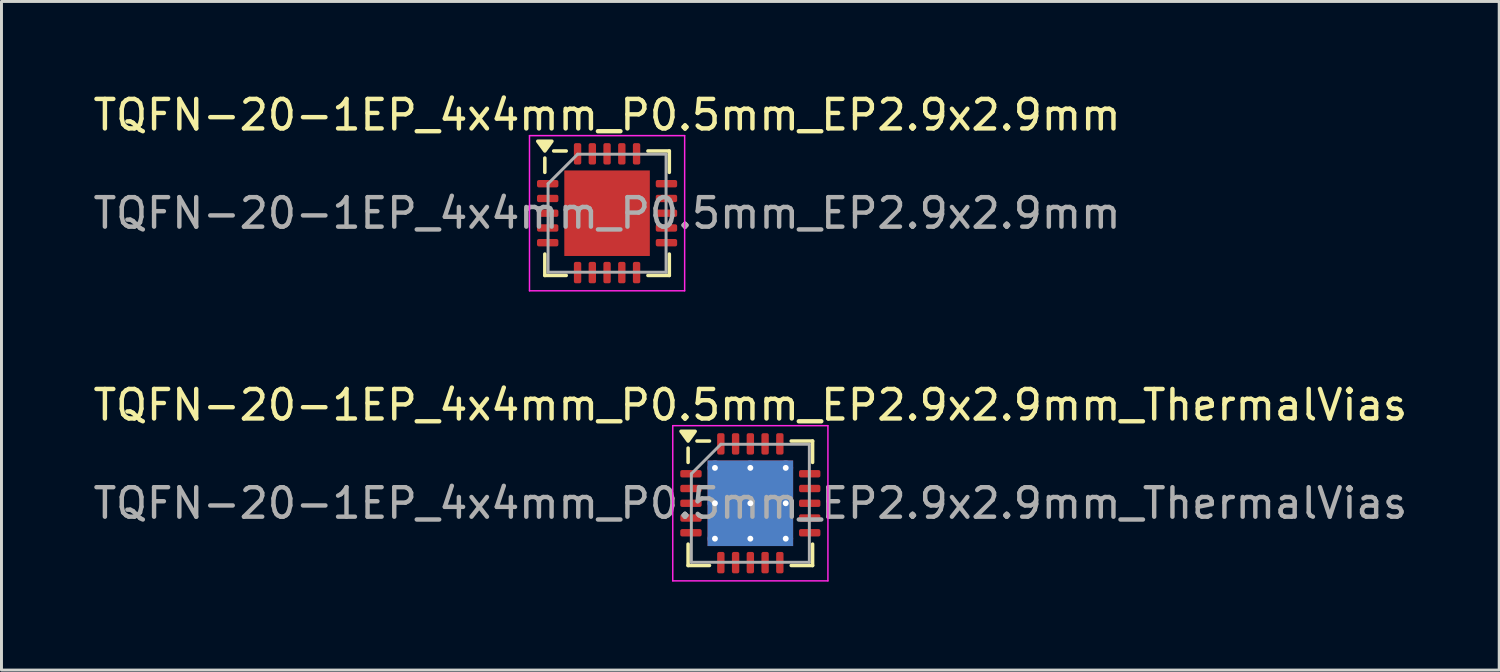
<source format=kicad_pcb>
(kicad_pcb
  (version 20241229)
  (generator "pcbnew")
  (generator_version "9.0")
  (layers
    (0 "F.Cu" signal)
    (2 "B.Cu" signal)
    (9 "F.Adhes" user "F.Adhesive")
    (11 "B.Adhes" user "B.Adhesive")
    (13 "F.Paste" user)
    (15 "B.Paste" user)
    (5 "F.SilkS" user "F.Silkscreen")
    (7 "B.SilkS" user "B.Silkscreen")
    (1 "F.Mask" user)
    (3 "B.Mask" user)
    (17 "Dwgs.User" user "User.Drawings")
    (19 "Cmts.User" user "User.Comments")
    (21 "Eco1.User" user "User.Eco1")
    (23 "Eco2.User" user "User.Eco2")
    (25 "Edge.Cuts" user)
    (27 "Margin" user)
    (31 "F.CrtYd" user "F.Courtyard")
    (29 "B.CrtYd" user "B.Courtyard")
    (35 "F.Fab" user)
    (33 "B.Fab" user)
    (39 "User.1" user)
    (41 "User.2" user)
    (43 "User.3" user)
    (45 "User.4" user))
  (footprint "TQFN-20-1EP_4x4mm_P0.5mm_EP2.9x2.9mm_ThermalVias"
    (layer "F.Cu")
    (at 22.387 14.011)
    (property "Reference" "TQFN-20-1EP_4x4mm_P0.5mm_EP2.9x2.9mm_ThermalVias" (at 0 -3.33 0) (layer "F.SilkS") (effects (font (size 1 1) (thickness 0.15))))
    (attr smd)
    (fp_line (start -2.11 -1.385) (end -2.11 -1.87) (stroke (width 0.12) (type solid)) (layer "F.SilkS"))
    (fp_line (start -2.11 2.11) (end -2.11 1.385) (stroke (width 0.12) (type solid)) (layer "F.SilkS"))
    (fp_line (start -1.385 -2.11) (end -1.81 -2.11) (stroke (width 0.12) (type solid)) (layer "F.SilkS"))
    (fp_line (start -1.385 2.11) (end -2.11 2.11) (stroke (width 0.12) (type solid)) (layer "F.SilkS"))
    (fp_line (start 1.385 -2.11) (end 2.11 -2.11) (stroke (width 0.12) (type solid)) (layer "F.SilkS"))
    (fp_line (start 1.385 2.11) (end 2.11 2.11) (stroke (width 0.12) (type solid)) (layer "F.SilkS"))
    (fp_line (start 2.11 -2.11) (end 2.11 -1.385) (stroke (width 0.12) (type solid)) (layer "F.SilkS"))
    (fp_line (start 2.11 2.11) (end 2.11 1.385) (stroke (width 0.12) (type solid)) (layer "F.SilkS"))
    (fp_poly (pts (xy -2.11 -2.11) (xy -2.35 -2.44) (xy -1.87 -2.44) (xy -2.11 -2.11)) (stroke (width 0.12) (type solid)) (fill yes) (layer "F.SilkS"))
    (fp_line (start -2.63 -2.63) (end -2.63 2.63) (stroke (width 0.05) (type solid)) (layer "F.CrtYd"))
    (fp_line (start -2.63 2.63) (end 2.63 2.63) (stroke (width 0.05) (type solid)) (layer "F.CrtYd"))
    (fp_line (start 2.63 -2.63) (end -2.63 -2.63) (stroke (width 0.05) (type solid)) (layer "F.CrtYd"))
    (fp_line (start 2.63 2.63) (end 2.63 -2.63) (stroke (width 0.05) (type solid)) (layer "F.CrtYd"))
    (fp_line (start -2 -1) (end -1 -2) (stroke (width 0.1) (type solid)) (layer "F.Fab"))
    (fp_line (start -2 2) (end -2 -1) (stroke (width 0.1) (type solid)) (layer "F.Fab"))
    (fp_line (start -1 -2) (end 2 -2) (stroke (width 0.1) (type solid)) (layer "F.Fab"))
    (fp_line (start 2 -2) (end 2 2) (stroke (width 0.1) (type solid)) (layer "F.Fab"))
    (fp_line (start 2 2) (end -2 2) (stroke (width 0.1) (type solid)) (layer "F.Fab"))
    (fp_text user "${REFERENCE}" (at 0 0 0) (layer "F.Fab") (effects (font (size 1 1) (thickness 0.15))))
    (pad "" smd roundrect (at -0.725 -0.725) (size 1.26 1.26) (layers "F.Paste") (roundrect_rratio 0.198))
    (pad "" smd roundrect (at -0.725 0.725) (size 1.26 1.26) (layers "F.Paste") (roundrect_rratio 0.198))
    (pad "" smd roundrect (at 0.725 -0.725) (size 1.26 1.26) (layers "F.Paste") (roundrect_rratio 0.198))
    (pad "" smd roundrect (at 0.725 0.725) (size 1.26 1.26) (layers "F.Paste") (roundrect_rratio 0.198))
    (pad "1" smd roundrect (at -2.013 -1) (size 0.725 0.25) (layers "F.Cu" "F.Mask" "F.Paste") (roundrect_rratio 0.25))
    (pad "2" smd roundrect (at -2.013 -0.5) (size 0.725 0.25) (layers "F.Cu" "F.Mask" "F.Paste") (roundrect_rratio 0.25))
    (pad "3" smd roundrect (at -2.013 0) (size 0.725 0.25) (layers "F.Cu" "F.Mask" "F.Paste") (roundrect_rratio 0.25))
    (pad "4" smd roundrect (at -2.013 0.5) (size 0.725 0.25) (layers "F.Cu" "F.Mask" "F.Paste") (roundrect_rratio 0.25))
    (pad "5" smd roundrect (at -2.013 1) (size 0.725 0.25) (layers "F.Cu" "F.Mask" "F.Paste") (roundrect_rratio 0.25))
    (pad "6" smd roundrect (at -1 2.013) (size 0.25 0.725) (layers "F.Cu" "F.Mask" "F.Paste") (roundrect_rratio 0.25))
    (pad "7" smd roundrect (at -0.5 2.013) (size 0.25 0.725) (layers "F.Cu" "F.Mask" "F.Paste") (roundrect_rratio 0.25))
    (pad "8" smd roundrect (at 0 2.013) (size 0.25 0.725) (layers "F.Cu" "F.Mask" "F.Paste") (roundrect_rratio 0.25))
    (pad "9" smd roundrect (at 0.5 2.013) (size 0.25 0.725) (layers "F.Cu" "F.Mask" "F.Paste") (roundrect_rratio 0.25))
    (pad "10" smd roundrect (at 1 2.013) (size 0.25 0.725) (layers "F.Cu" "F.Mask" "F.Paste") (roundrect_rratio 0.25))
    (pad "11" smd roundrect (at 2.013 1) (size 0.725 0.25) (layers "F.Cu" "F.Mask" "F.Paste") (roundrect_rratio 0.25))
    (pad "12" smd roundrect (at 2.013 0.5) (size 0.725 0.25) (layers "F.Cu" "F.Mask" "F.Paste") (roundrect_rratio 0.25))
    (pad "13" smd roundrect (at 2.013 0) (size 0.725 0.25) (layers "F.Cu" "F.Mask" "F.Paste") (roundrect_rratio 0.25))
    (pad "14" smd roundrect (at 2.013 -0.5) (size 0.725 0.25) (layers "F.Cu" "F.Mask" "F.Paste") (roundrect_rratio 0.25))
    (pad "15" smd roundrect (at 2.013 -1) (size 0.725 0.25) (layers "F.Cu" "F.Mask" "F.Paste") (roundrect_rratio 0.25))
    (pad "16" smd roundrect (at 1 -2.013) (size 0.25 0.725) (layers "F.Cu" "F.Mask" "F.Paste") (roundrect_rratio 0.25))
    (pad "17" smd roundrect (at 0.5 -2.013) (size 0.25 0.725) (layers "F.Cu" "F.Mask" "F.Paste") (roundrect_rratio 0.25))
    (pad "18" smd roundrect (at 0 -2.013) (size 0.25 0.725) (layers "F.Cu" "F.Mask" "F.Paste") (roundrect_rratio 0.25))
    (pad "19" smd roundrect (at -0.5 -2.013) (size 0.25 0.725) (layers "F.Cu" "F.Mask" "F.Paste") (roundrect_rratio 0.25))
    (pad "20" smd roundrect (at -1 -2.013) (size 0.25 0.725) (layers "F.Cu" "F.Mask" "F.Paste") (roundrect_rratio 0.25))
    (pad "21" thru_hole circle (at -1.2 -1.2) (size 0.5 0.5) (drill 0.2) (property pad_prop_heatsink) (layers "*.Cu"))
    (pad "21" thru_hole circle (at -1.2 0) (size 0.5 0.5) (drill 0.2) (property pad_prop_heatsink) (layers "*.Cu"))
    (pad "21" thru_hole circle (at -1.2 1.2) (size 0.5 0.5) (drill 0.2) (property pad_prop_heatsink) (layers "*.Cu"))
    (pad "21" thru_hole circle (at 0 -1.2) (size 0.5 0.5) (drill 0.2) (property pad_prop_heatsink) (layers "*.Cu"))
    (pad "21" thru_hole circle (at 0 0) (size 0.5 0.5) (drill 0.2) (property pad_prop_heatsink) (layers "*.Cu"))
    (pad "21" smd rect (at 0 0) (size 2.9 2.9) (property pad_prop_heatsink) (layers "F.Cu" "F.Mask"))
    (pad "21" smd rect (at 0 0) (size 2.9 2.9) (property pad_prop_heatsink) (layers "B.Cu"))
    (pad "21" thru_hole circle (at 0 1.2) (size 0.5 0.5) (drill 0.2) (property pad_prop_heatsink) (layers "*.Cu"))
    (pad "21" thru_hole circle (at 1.2 -1.2) (size 0.5 0.5) (drill 0.2) (property pad_prop_heatsink) (layers "*.Cu"))
    (pad "21" thru_hole circle (at 1.2 0) (size 0.5 0.5) (drill 0.2) (property pad_prop_heatsink) (layers "*.Cu"))
    (pad "21" thru_hole circle (at 1.2 1.2) (size 0.5 0.5) (drill 0.2) (property pad_prop_heatsink) (layers "*.Cu")))
  (footprint "TQFN-20-1EP_4x4mm_P0.5mm_EP2.9x2.9mm"
    (layer "F.Cu")
    (at 17.53 4.178)
    (property "Reference" "TQFN-20-1EP_4x4mm_P0.5mm_EP2.9x2.9mm" (at 0 -3.33 0) (layer "F.SilkS") (effects (font (size 1 1) (thickness 0.15))))
    (attr smd)
    (fp_line (start -2.11 -1.385) (end -2.11 -1.87) (stroke (width 0.12) (type solid)) (layer "F.SilkS"))
    (fp_line (start -2.11 2.11) (end -2.11 1.385) (stroke (width 0.12) (type solid)) (layer "F.SilkS"))
    (fp_line (start -1.385 -2.11) (end -1.81 -2.11) (stroke (width 0.12) (type solid)) (layer "F.SilkS"))
    (fp_line (start -1.385 2.11) (end -2.11 2.11) (stroke (width 0.12) (type solid)) (layer "F.SilkS"))
    (fp_line (start 1.385 -2.11) (end 2.11 -2.11) (stroke (width 0.12) (type solid)) (layer "F.SilkS"))
    (fp_line (start 1.385 2.11) (end 2.11 2.11) (stroke (width 0.12) (type solid)) (layer "F.SilkS"))
    (fp_line (start 2.11 -2.11) (end 2.11 -1.385) (stroke (width 0.12) (type solid)) (layer "F.SilkS"))
    (fp_line (start 2.11 2.11) (end 2.11 1.385) (stroke (width 0.12) (type solid)) (layer "F.SilkS"))
    (fp_poly (pts (xy -2.11 -2.11) (xy -2.35 -2.44) (xy -1.87 -2.44) (xy -2.11 -2.11)) (stroke (width 0.12) (type solid)) (fill yes) (layer "F.SilkS"))
    (fp_line (start -2.63 -2.63) (end -2.63 2.63) (stroke (width 0.05) (type solid)) (layer "F.CrtYd"))
    (fp_line (start -2.63 2.63) (end 2.63 2.63) (stroke (width 0.05) (type solid)) (layer "F.CrtYd"))
    (fp_line (start 2.63 -2.63) (end -2.63 -2.63) (stroke (width 0.05) (type solid)) (layer "F.CrtYd"))
    (fp_line (start 2.63 2.63) (end 2.63 -2.63) (stroke (width 0.05) (type solid)) (layer "F.CrtYd"))
    (fp_line (start -2 -1) (end -1 -2) (stroke (width 0.1) (type solid)) (layer "F.Fab"))
    (fp_line (start -2 2) (end -2 -1) (stroke (width 0.1) (type solid)) (layer "F.Fab"))
    (fp_line (start -1 -2) (end 2 -2) (stroke (width 0.1) (type solid)) (layer "F.Fab"))
    (fp_line (start 2 -2) (end 2 2) (stroke (width 0.1) (type solid)) (layer "F.Fab"))
    (fp_line (start 2 2) (end -2 2) (stroke (width 0.1) (type solid)) (layer "F.Fab"))
    (fp_text user "${REFERENCE}" (at 0 0 0) (layer "F.Fab") (effects (font (size 1 1) (thickness 0.15))))
    (pad "" smd roundrect (at -0.725 -0.725) (size 1.17 1.17) (layers "F.Paste") (roundrect_rratio 0.214))
    (pad "" smd roundrect (at -0.725 0.725) (size 1.17 1.17) (layers "F.Paste") (roundrect_rratio 0.214))
    (pad "" smd roundrect (at 0.725 -0.725) (size 1.17 1.17) (layers "F.Paste") (roundrect_rratio 0.214))
    (pad "" smd roundrect (at 0.725 0.725) (size 1.17 1.17) (layers "F.Paste") (roundrect_rratio 0.214))
    (pad "1" smd roundrect (at -2.013 -1) (size 0.725 0.25) (layers "F.Cu" "F.Mask" "F.Paste") (roundrect_rratio 0.25))
    (pad "2" smd roundrect (at -2.013 -0.5) (size 0.725 0.25) (layers "F.Cu" "F.Mask" "F.Paste") (roundrect_rratio 0.25))
    (pad "3" smd roundrect (at -2.013 0) (size 0.725 0.25) (layers "F.Cu" "F.Mask" "F.Paste") (roundrect_rratio 0.25))
    (pad "4" smd roundrect (at -2.013 0.5) (size 0.725 0.25) (layers "F.Cu" "F.Mask" "F.Paste") (roundrect_rratio 0.25))
    (pad "5" smd roundrect (at -2.013 1) (size 0.725 0.25) (layers "F.Cu" "F.Mask" "F.Paste") (roundrect_rratio 0.25))
    (pad "6" smd roundrect (at -1 2.013) (size 0.25 0.725) (layers "F.Cu" "F.Mask" "F.Paste") (roundrect_rratio 0.25))
    (pad "7" smd roundrect (at -0.5 2.013) (size 0.25 0.725) (layers "F.Cu" "F.Mask" "F.Paste") (roundrect_rratio 0.25))
    (pad "8" smd roundrect (at 0 2.013) (size 0.25 0.725) (layers "F.Cu" "F.Mask" "F.Paste") (roundrect_rratio 0.25))
    (pad "9" smd roundrect (at 0.5 2.013) (size 0.25 0.725) (layers "F.Cu" "F.Mask" "F.Paste") (roundrect_rratio 0.25))
    (pad "10" smd roundrect (at 1 2.013) (size 0.25 0.725) (layers "F.Cu" "F.Mask" "F.Paste") (roundrect_rratio 0.25))
    (pad "11" smd roundrect (at 2.013 1) (size 0.725 0.25) (layers "F.Cu" "F.Mask" "F.Paste") (roundrect_rratio 0.25))
    (pad "12" smd roundrect (at 2.013 0.5) (size 0.725 0.25) (layers "F.Cu" "F.Mask" "F.Paste") (roundrect_rratio 0.25))
    (pad "13" smd roundrect (at 2.013 0) (size 0.725 0.25) (layers "F.Cu" "F.Mask" "F.Paste") (roundrect_rratio 0.25))
    (pad "14" smd roundrect (at 2.013 -0.5) (size 0.725 0.25) (layers "F.Cu" "F.Mask" "F.Paste") (roundrect_rratio 0.25))
    (pad "15" smd roundrect (at 2.013 -1) (size 0.725 0.25) (layers "F.Cu" "F.Mask" "F.Paste") (roundrect_rratio 0.25))
    (pad "16" smd roundrect (at 1 -2.013) (size 0.25 0.725) (layers "F.Cu" "F.Mask" "F.Paste") (roundrect_rratio 0.25))
    (pad "17" smd roundrect (at 0.5 -2.013) (size 0.25 0.725) (layers "F.Cu" "F.Mask" "F.Paste") (roundrect_rratio 0.25))
    (pad "18" smd roundrect (at 0 -2.013) (size 0.25 0.725) (layers "F.Cu" "F.Mask" "F.Paste") (roundrect_rratio 0.25))
    (pad "19" smd roundrect (at -0.5 -2.013) (size 0.25 0.725) (layers "F.Cu" "F.Mask" "F.Paste") (roundrect_rratio 0.25))
    (pad "20" smd roundrect (at -1 -2.013) (size 0.25 0.725) (layers "F.Cu" "F.Mask" "F.Paste") (roundrect_rratio 0.25))
    (pad "21" smd rect (at 0 0) (size 2.9 2.9) (property pad_prop_heatsink) (layers "F.Cu" "F.Mask")))
  (gr_rect
    (start -3 -3)
    (end 47.774 19.666)
    (stroke (width 0.1) (type default))
    (fill no)
    (layer "Edge.Cuts")))
</source>
